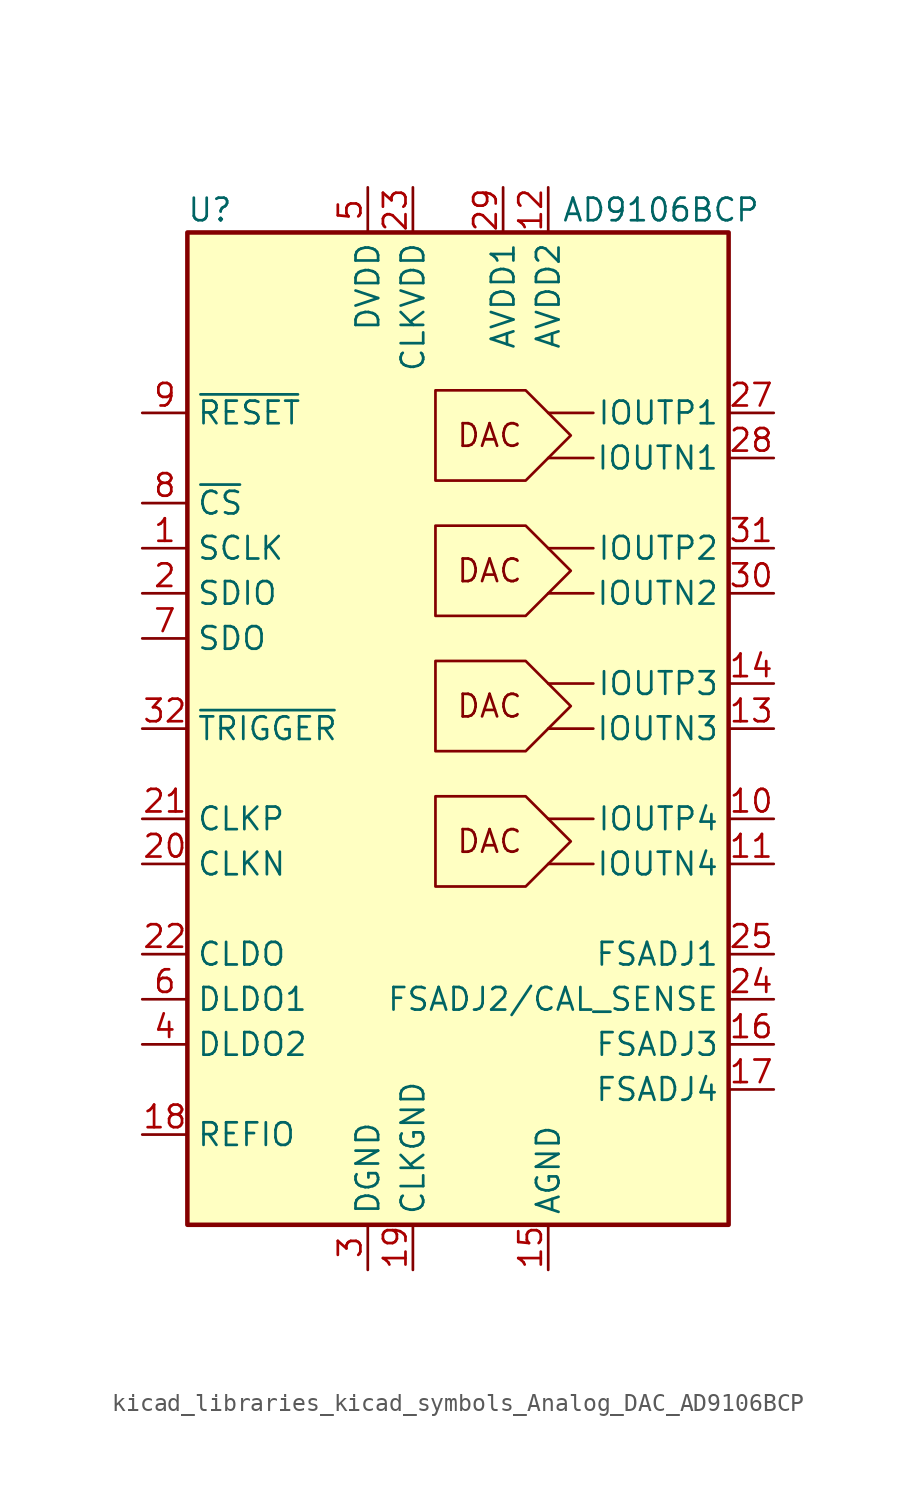
<source format=kicad_sym>
(kicad_symbol_lib
  (version 20220914)
  (generator kicad_symbol_editor)
  (symbol "kicad_libraries_kicad_symbols_Analog_DAC_AD9106BCP"
    (property "Reference" "U"
      (at -13.97 29.21 0)
      (effects (font (size 1.27 1.27))))
    (property "Value" "AD9106BCP"
      (at 11.43 29.21 0)
      (effects (font (size 1.27 1.27))))
    (symbol "kicad_libraries_kicad_symbols_Analog_DAC_AD9106BCP_0_0"
      (rectangle (start -15.24 27.94) (end 15.24 -27.94) (stroke (width 0.254) (type default)) (fill (type background)))
      (polyline (pts (xy 5.08 -7.62) (xy 7.62 -7.62)) (stroke (width 0) (type default)) (fill (type none)))
      (polyline (pts (xy 5.08 -5.08) (xy 7.62 -5.08)) (stroke (width 0) (type default)) (fill (type none)))
      (polyline (pts (xy 5.08 0) (xy 7.62 0)) (stroke (width 0) (type default)) (fill (type none)))
      (polyline (pts (xy 5.08 2.54) (xy 7.62 2.54)) (stroke (width 0) (type default)) (fill (type none)))
      (polyline (pts (xy 5.08 7.62) (xy 7.62 7.62)) (stroke (width 0) (type default)) (fill (type none)))
      (polyline (pts (xy 5.08 10.16) (xy 7.62 10.16)) (stroke (width 0) (type default)) (fill (type none)))
      (polyline (pts (xy 5.08 15.24) (xy 7.62 15.24)) (stroke (width 0) (type default)) (fill (type none)))
      (polyline (pts (xy 5.08 17.78) (xy 7.62 17.78)) (stroke (width 0) (type default)) (fill (type none)))
      (text "DAC" (at 1.778 -6.35 0) (effects (font (size 1.27 1.27))))
      (text "DAC" (at 1.778 1.27 0) (effects (font (size 1.27 1.27))))
      (text "DAC" (at 1.778 8.89 0) (effects (font (size 1.27 1.27))))
      (text "DAC" (at 1.778 16.51 0) (effects (font (size 1.27 1.27)))))
    (symbol "kicad_libraries_kicad_symbols_Analog_DAC_AD9106BCP_0_1"
      (polyline (pts (xy -1.27 -3.81) (xy 3.81 -3.81) (xy 6.35 -6.35) (xy 3.81 -8.89) (xy -1.27 -8.89) (xy -1.27 -3.81)) (stroke (width 0) (type default)) (fill (type none)))
      (polyline (pts (xy -1.27 3.81) (xy 3.81 3.81) (xy 6.35 1.27) (xy 3.81 -1.27) (xy -1.27 -1.27) (xy -1.27 3.81)) (stroke (width 0) (type default)) (fill (type none)))
      (polyline (pts (xy -1.27 11.43) (xy 3.81 11.43) (xy 6.35 8.89) (xy 3.81 6.35) (xy -1.27 6.35) (xy -1.27 11.43)) (stroke (width 0) (type default)) (fill (type none)))
      (polyline (pts (xy -1.27 19.05) (xy 3.81 19.05) (xy 6.35 16.51) (xy 3.81 13.97) (xy -1.27 13.97) (xy -1.27 19.05)) (stroke (width 0) (type default)) (fill (type none))))
    (symbol "kicad_libraries_kicad_symbols_Analog_DAC_AD9106BCP_1_1"
      (pin input line (at -17.78 10.16 0) (length 2.54) (name "SCLK" (effects (font (size 1.27 1.27)))) (number "1" (effects (font (size 1.27 1.27)))))
      (pin output line (at 17.78 -5.08 180) (length 2.54) (name "IOUTP4" (effects (font (size 1.27 1.27)))) (number "10" (effects (font (size 1.27 1.27)))))
      (pin output line (at 17.78 -7.62 180) (length 2.54) (name "IOUTN4" (effects (font (size 1.27 1.27)))) (number "11" (effects (font (size 1.27 1.27)))))
      (pin power_in line (at 5.08 30.48 270) (length 2.54) (name "AVDD2" (effects (font (size 1.27 1.27)))) (number "12" (effects (font (size 1.27 1.27)))))
      (pin output line (at 17.78 0 180) (length 2.54) (name "IOUTN3" (effects (font (size 1.27 1.27)))) (number "13" (effects (font (size 1.27 1.27)))))
      (pin output line (at 17.78 2.54 180) (length 2.54) (name "IOUTP3" (effects (font (size 1.27 1.27)))) (number "14" (effects (font (size 1.27 1.27)))))
      (pin power_in line (at 5.08 -30.48 90) (length 2.54) (name "AGND" (effects (font (size 1.27 1.27)))) (number "15" (effects (font (size 1.27 1.27)))))
      (pin output line (at 17.78 -17.78 180) (length 2.54) (name "FSADJ3" (effects (font (size 1.27 1.27)))) (number "16" (effects (font (size 1.27 1.27)))))
      (pin output line (at 17.78 -20.32 180) (length 2.54) (name "FSADJ4" (effects (font (size 1.27 1.27)))) (number "17" (effects (font (size 1.27 1.27)))))
      (pin bidirectional line (at -17.78 -22.86 0) (length 2.54) (name "REFIO" (effects (font (size 1.27 1.27)))) (number "18" (effects (font (size 1.27 1.27)))))
      (pin power_in line (at -2.54 -30.48 90) (length 2.54) (name "CLKGND" (effects (font (size 1.27 1.27)))) (number "19" (effects (font (size 1.27 1.27)))))
      (pin bidirectional line (at -17.78 7.62 0) (length 2.54) (name "SDIO" (effects (font (size 1.27 1.27)))) (number "2" (effects (font (size 1.27 1.27)))))
      (pin input line (at -17.78 -7.62 0) (length 2.54) (name "CLKN" (effects (font (size 1.27 1.27)))) (number "20" (effects (font (size 1.27 1.27)))))
      (pin input line (at -17.78 -5.08 0) (length 2.54) (name "CLKP" (effects (font (size 1.27 1.27)))) (number "21" (effects (font (size 1.27 1.27)))))
      (pin bidirectional line (at -17.78 -12.7 0) (length 2.54) (name "CLDO" (effects (font (size 1.27 1.27)))) (number "22" (effects (font (size 1.27 1.27)))))
      (pin power_in line (at -2.54 30.48 270) (length 2.54) (name "CLKVDD" (effects (font (size 1.27 1.27)))) (number "23" (effects (font (size 1.27 1.27)))))
      (pin bidirectional line (at 17.78 -15.24 180) (length 2.54) (name "FSADJ2/CAL_SENSE" (effects (font (size 1.27 1.27)))) (number "24" (effects (font (size 1.27 1.27)))))
      (pin output line (at 17.78 -12.7 180) (length 2.54) (name "FSADJ1" (effects (font (size 1.27 1.27)))) (number "25" (effects (font (size 1.27 1.27)))))
      (pin passive line (at 5.08 -30.48 90) (length 2.54) hide (name "AGND" (effects (font (size 1.27 1.27)))) (number "26" (effects (font (size 1.27 1.27)))))
      (pin output line (at 17.78 17.78 180) (length 2.54) (name "IOUTP1" (effects (font (size 1.27 1.27)))) (number "27" (effects (font (size 1.27 1.27)))))
      (pin output line (at 17.78 15.24 180) (length 2.54) (name "IOUTN1" (effects (font (size 1.27 1.27)))) (number "28" (effects (font (size 1.27 1.27)))))
      (pin power_in line (at 2.54 30.48 270) (length 2.54) (name "AVDD1" (effects (font (size 1.27 1.27)))) (number "29" (effects (font (size 1.27 1.27)))))
      (pin power_in line (at -5.08 -30.48 90) (length 2.54) (name "DGND" (effects (font (size 1.27 1.27)))) (number "3" (effects (font (size 1.27 1.27)))))
      (pin output line (at 17.78 7.62 180) (length 2.54) (name "IOUTN2" (effects (font (size 1.27 1.27)))) (number "30" (effects (font (size 1.27 1.27)))))
      (pin output line (at 17.78 10.16 180) (length 2.54) (name "IOUTP2" (effects (font (size 1.27 1.27)))) (number "31" (effects (font (size 1.27 1.27)))))
      (pin input line (at -17.78 0 0) (length 2.54) (name "~{TRIGGER}" (effects (font (size 1.27 1.27)))) (number "32" (effects (font (size 1.27 1.27)))))
      (pin passive line (at -5.08 -30.48 90) (length 2.54) hide (name "DGND" (effects (font (size 1.27 1.27)))) (number "33" (effects (font (size 1.27 1.27)))))
      (pin power_out line (at -17.78 -17.78 0) (length 2.54) (name "DLDO2" (effects (font (size 1.27 1.27)))) (number "4" (effects (font (size 1.27 1.27)))))
      (pin power_in line (at -5.08 30.48 270) (length 2.54) (name "DVDD" (effects (font (size 1.27 1.27)))) (number "5" (effects (font (size 1.27 1.27)))))
      (pin power_out line (at -17.78 -15.24 0) (length 2.54) (name "DLDO1" (effects (font (size 1.27 1.27)))) (number "6" (effects (font (size 1.27 1.27)))))
      (pin output line (at -17.78 5.08 0) (length 2.54) (name "SDO" (effects (font (size 1.27 1.27)))) (number "7" (effects (font (size 1.27 1.27)))) (alternate "DOUT" output line) (alternate "SDI2" input line))
      (pin input line (at -17.78 12.7 0) (length 2.54) (name "~{CS}" (effects (font (size 1.27 1.27)))) (number "8" (effects (font (size 1.27 1.27)))))
      (pin input line (at -17.78 17.78 0) (length 2.54) (name "~{RESET}" (effects (font (size 1.27 1.27)))) (number "9" (effects (font (size 1.27 1.27))))))))
</source>
